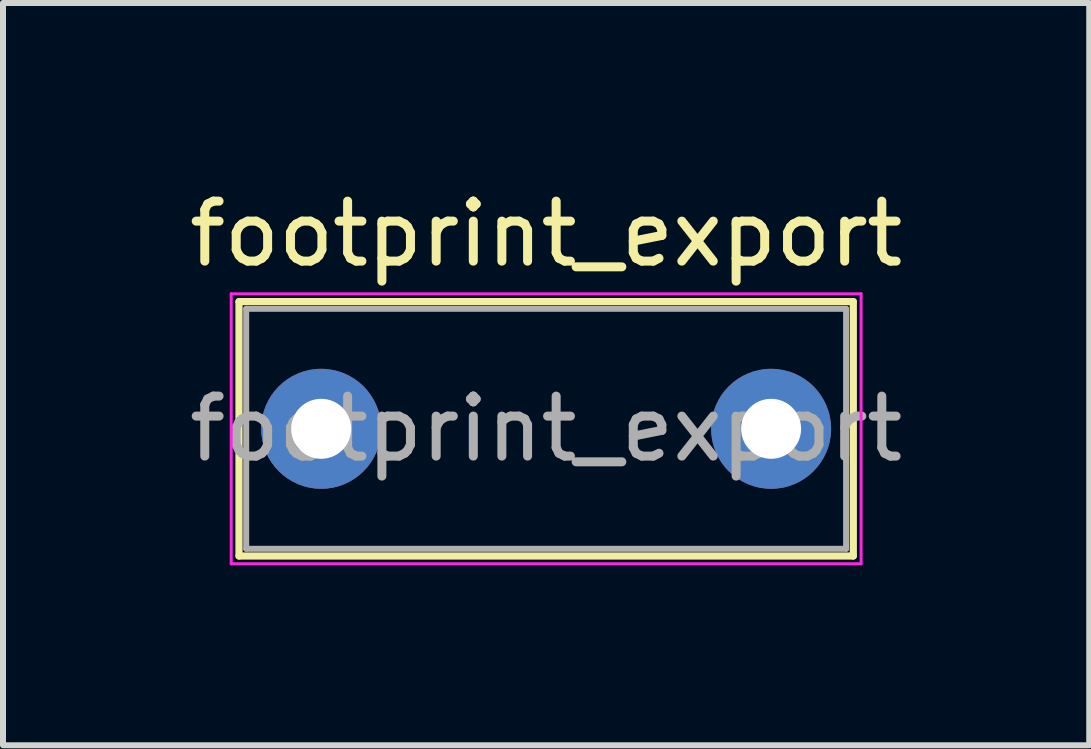
<source format=kicad_pcb>
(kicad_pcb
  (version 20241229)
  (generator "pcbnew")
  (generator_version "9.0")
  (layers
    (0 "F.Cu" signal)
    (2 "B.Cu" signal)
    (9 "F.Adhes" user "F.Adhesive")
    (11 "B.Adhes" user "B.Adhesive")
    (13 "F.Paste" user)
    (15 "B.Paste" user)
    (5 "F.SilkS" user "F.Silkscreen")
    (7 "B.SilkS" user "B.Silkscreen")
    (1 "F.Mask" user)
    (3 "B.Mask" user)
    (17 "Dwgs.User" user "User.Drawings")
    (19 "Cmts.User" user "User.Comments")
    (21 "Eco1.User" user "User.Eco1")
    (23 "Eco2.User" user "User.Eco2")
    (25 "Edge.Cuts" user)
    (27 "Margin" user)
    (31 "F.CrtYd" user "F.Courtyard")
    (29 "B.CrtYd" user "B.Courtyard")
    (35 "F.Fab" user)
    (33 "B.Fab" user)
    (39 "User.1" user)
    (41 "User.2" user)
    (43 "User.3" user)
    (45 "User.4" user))
  (footprint "footprint_export"
    (layer "F.Cu")
    (at 2.304 4.098)
    (property "Reference" "footprint_export" (at 3.75 -3.25 0) (layer "F.SilkS") (effects (font (size 1 1) (thickness 0.15))))
    (attr through_hole)
    (fp_line (start -1.37 -2.12) (end -1.37 2.12) (stroke (width 0.12) (type solid)) (layer "F.SilkS"))
    (fp_line (start -1.37 -2.12) (end 8.87 -2.12) (stroke (width 0.12) (type solid)) (layer "F.SilkS"))
    (fp_line (start -1.37 2.12) (end 8.87 2.12) (stroke (width 0.12) (type solid)) (layer "F.SilkS"))
    (fp_line (start 8.87 -2.12) (end 8.87 2.12) (stroke (width 0.12) (type solid)) (layer "F.SilkS"))
    (fp_line (start -1.5 -2.25) (end -1.5 2.25) (stroke (width 0.05) (type solid)) (layer "F.CrtYd"))
    (fp_line (start -1.5 2.25) (end 9 2.25) (stroke (width 0.05) (type solid)) (layer "F.CrtYd"))
    (fp_line (start 9 -2.25) (end -1.5 -2.25) (stroke (width 0.05) (type solid)) (layer "F.CrtYd"))
    (fp_line (start 9 2.25) (end 9 -2.25) (stroke (width 0.05) (type solid)) (layer "F.CrtYd"))
    (fp_line (start -1.25 -2) (end -1.25 2) (stroke (width 0.1) (type solid)) (layer "F.Fab"))
    (fp_line (start -1.25 2) (end 8.75 2) (stroke (width 0.1) (type solid)) (layer "F.Fab"))
    (fp_line (start 8.75 -2) (end -1.25 -2) (stroke (width 0.1) (type solid)) (layer "F.Fab"))
    (fp_line (start 8.75 2) (end 8.75 -2) (stroke (width 0.1) (type solid)) (layer "F.Fab"))
    (fp_text user "${REFERENCE}" (at 3.75 0 0) (layer "F.Fab") (effects (font (size 1 1) (thickness 0.15))))
    (pad "1" thru_hole circle (at 0 0) (size 2 2) (drill 1) (layers "*.Cu" "*.Mask"))
    (pad "2" thru_hole circle (at 7.5 0) (size 2 2) (drill 1) (layers "*.Cu" "*.Mask")))
  (gr_rect
    (start -3 -3)
    (end 15.107 9.373)
    (stroke (width 0.1) (type default))
    (fill no)
    (layer "Edge.Cuts")))
</source>
